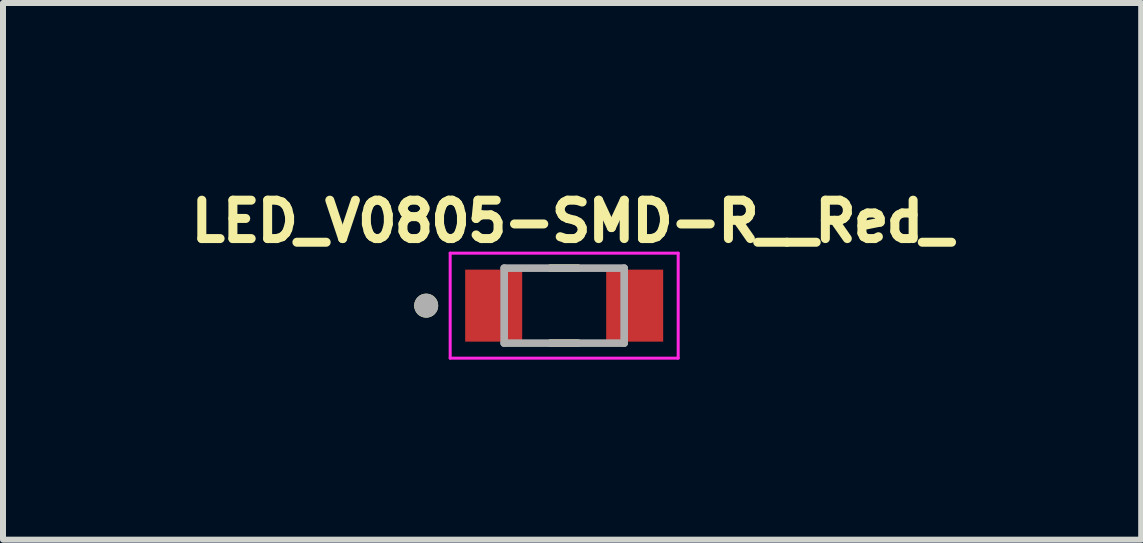
<source format=kicad_pcb>
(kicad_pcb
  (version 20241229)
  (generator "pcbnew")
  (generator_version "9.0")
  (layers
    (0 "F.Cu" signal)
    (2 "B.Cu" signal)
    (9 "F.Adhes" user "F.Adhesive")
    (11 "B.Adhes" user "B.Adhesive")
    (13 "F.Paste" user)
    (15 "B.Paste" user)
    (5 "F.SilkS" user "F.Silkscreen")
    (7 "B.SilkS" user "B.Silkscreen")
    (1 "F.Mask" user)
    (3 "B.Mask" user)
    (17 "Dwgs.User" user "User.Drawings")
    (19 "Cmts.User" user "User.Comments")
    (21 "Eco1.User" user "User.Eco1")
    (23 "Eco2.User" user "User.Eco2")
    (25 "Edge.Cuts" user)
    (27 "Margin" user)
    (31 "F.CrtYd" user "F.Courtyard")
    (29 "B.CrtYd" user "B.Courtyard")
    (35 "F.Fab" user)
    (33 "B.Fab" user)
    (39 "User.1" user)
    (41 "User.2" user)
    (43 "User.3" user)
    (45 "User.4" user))
  (footprint "LED_V0805-SMD-R__Red_"
    (layer "F.Cu")
    (at 6.353 2.044)
    (property "Reference" "LED_V0805-SMD-R__Red_" (at 0.132 -1.406 0) (layer "F.SilkS") (effects (font (size 0.64 0.64) (thickness 0.15))))
    (attr smd)
    (fp_line (start -0.23 -0.625) (end 0.23 -0.625) (stroke (width 0.127) (type solid)) (layer "F.SilkS"))
    (fp_line (start -0.23 0.625) (end 0.23 0.625) (stroke (width 0.127) (type solid)) (layer "F.SilkS"))
    (fp_circle (center -2.3 0) (end -2.2 0) (stroke (width 0.2) (type solid)) (fill no) (layer "F.SilkS"))
    (fp_line (start -1.9 -0.875) (end 1.9 -0.875) (stroke (width 0.05) (type solid)) (layer "F.CrtYd"))
    (fp_line (start -1.9 0.875) (end -1.9 -0.875) (stroke (width 0.05) (type solid)) (layer "F.CrtYd"))
    (fp_line (start -1.9 0.875) (end 1.9 0.875) (stroke (width 0.05) (type solid)) (layer "F.CrtYd"))
    (fp_line (start 1.9 0.875) (end 1.9 -0.875) (stroke (width 0.05) (type solid)) (layer "F.CrtYd"))
    (fp_line (start -1 0.625) (end -1 -0.625) (stroke (width 0.127) (type solid)) (layer "F.Fab"))
    (fp_line (start 1 -0.625) (end -1 -0.625) (stroke (width 0.127) (type solid)) (layer "F.Fab"))
    (fp_line (start 1 0.625) (end -1 0.625) (stroke (width 0.127) (type solid)) (layer "F.Fab"))
    (fp_line (start 1 0.625) (end 1 -0.625) (stroke (width 0.127) (type solid)) (layer "F.Fab"))
    (fp_circle (center -2.3 0) (end -2.2 0) (stroke (width 0.2) (type solid)) (fill no) (layer "F.Fab"))
    (pad "1" smd rect (at -1.175 0) (size 0.95 1.2) (layers "F.Cu" "F.Mask" "F.Paste"))
    (pad "2" smd rect (at 1.175 0) (size 0.95 1.2) (layers "F.Cu" "F.Mask" "F.Paste")))
  (gr_rect
    (start -3 -3)
    (end 15.97 5.944)
    (stroke (width 0.1) (type default))
    (fill no)
    (layer "Edge.Cuts")))
</source>
